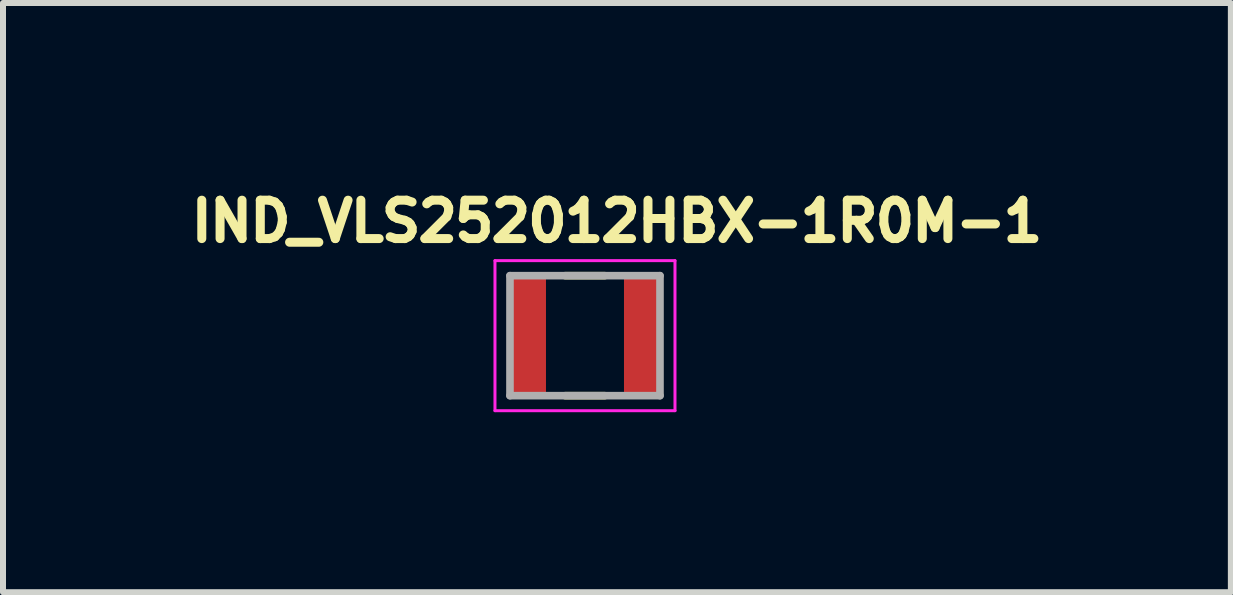
<source format=kicad_pcb>
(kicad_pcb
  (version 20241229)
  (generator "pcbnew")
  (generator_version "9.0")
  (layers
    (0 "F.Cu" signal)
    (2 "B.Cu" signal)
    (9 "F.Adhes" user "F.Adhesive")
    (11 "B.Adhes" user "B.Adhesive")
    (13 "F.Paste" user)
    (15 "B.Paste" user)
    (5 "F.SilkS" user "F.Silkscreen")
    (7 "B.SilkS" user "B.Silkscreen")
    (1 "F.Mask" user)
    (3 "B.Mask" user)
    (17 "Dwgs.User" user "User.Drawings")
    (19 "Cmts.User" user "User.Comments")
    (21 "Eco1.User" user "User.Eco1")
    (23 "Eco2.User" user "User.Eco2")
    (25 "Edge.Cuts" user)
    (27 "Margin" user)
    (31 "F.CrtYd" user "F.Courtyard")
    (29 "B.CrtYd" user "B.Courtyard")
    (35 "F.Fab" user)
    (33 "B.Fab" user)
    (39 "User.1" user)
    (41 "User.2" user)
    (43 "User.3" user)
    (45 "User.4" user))
  (footprint "IND_VLS252012HBX-1R0M-1"
    (layer "F.Cu")
    (at 6.699 2.544)
    (property "Reference" "IND_VLS252012HBX-1R0M-1" (at 0.532 -1.906 0) (layer "F.SilkS") (effects (font (size 0.64 0.64) (thickness 0.15))))
    (attr smd)
    (fp_line (start -0.33 -1) (end 0.33 -1) (stroke (width 0.127) (type solid)) (layer "F.SilkS"))
    (fp_line (start -0.33 1) (end 0.33 1) (stroke (width 0.127) (type solid)) (layer "F.SilkS"))
    (fp_line (start -1.5 -1.25) (end -1.5 1.25) (stroke (width 0.05) (type solid)) (layer "F.CrtYd"))
    (fp_line (start -1.5 1.25) (end 1.5 1.25) (stroke (width 0.05) (type solid)) (layer "F.CrtYd"))
    (fp_line (start 1.5 -1.25) (end -1.5 -1.25) (stroke (width 0.05) (type solid)) (layer "F.CrtYd"))
    (fp_line (start 1.5 1.25) (end 1.5 -1.25) (stroke (width 0.05) (type solid)) (layer "F.CrtYd"))
    (fp_line (start -1.25 -1) (end -1.25 1) (stroke (width 0.127) (type solid)) (layer "F.Fab"))
    (fp_line (start -1.25 -1) (end 1.25 -1) (stroke (width 0.127) (type solid)) (layer "F.Fab"))
    (fp_line (start -1.25 1) (end 1.25 1) (stroke (width 0.127) (type solid)) (layer "F.Fab"))
    (fp_line (start 1.25 -1) (end 1.25 1) (stroke (width 0.127) (type solid)) (layer "F.Fab"))
    (pad "1" smd rect (at -0.95 0) (size 0.6 2) (layers "F.Cu" "F.Mask" "F.Paste"))
    (pad "2" smd rect (at 0.95 0) (size 0.6 2) (layers "F.Cu" "F.Mask" "F.Paste")))
  (gr_rect
    (start -3 -3)
    (end 17.463 6.819)
    (stroke (width 0.1) (type default))
    (fill no)
    (layer "Edge.Cuts")))
</source>
